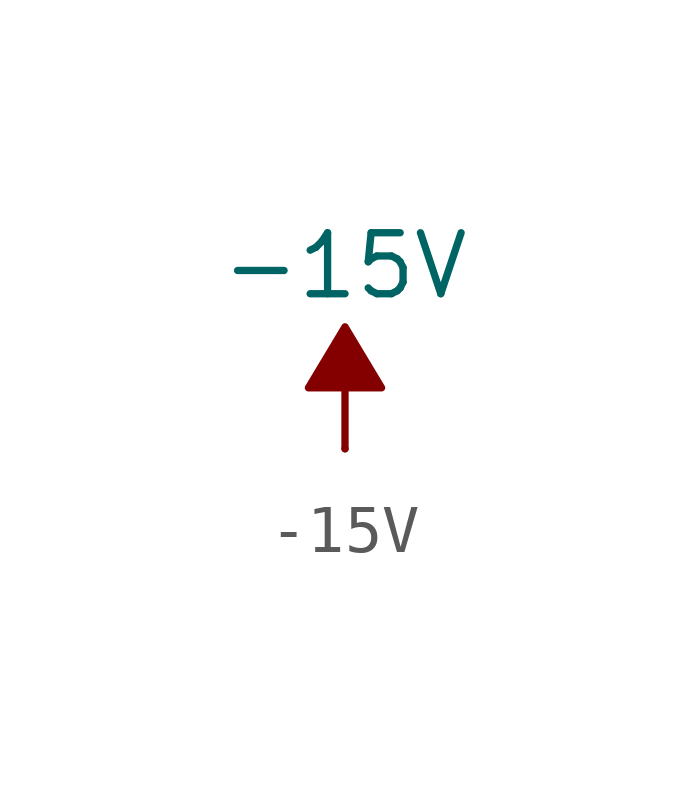
<source format=kicad_sym>
(kicad_symbol_lib
  (version 20231120)
  (generator "kicad_symbol_editor")
  (generator_version "8.0")
  (symbol "-15V"
    (power)
    (pin_numbers hide)
    (pin_names
      (offset 0) hide)
    (property "Reference" "#PWR"
      (at 0 2.54 0)
      (effects (font (size 1.27 1.27)) (hide yes)))
    (property "Value" "-15V"
      (at 0 3.81 0)
      (effects (font (size 1.27 1.27))))
    (symbol "-15V_0_0"
      (pin power_in line (at 0 0 90) (length 0) (name "~" (effects (font (size 1.27 1.27)))) (number "1" (effects (font (size 1.27 1.27))))))
    (symbol "-15V_0_1"
      (polyline (pts (xy 0 0) (xy 0 1.27) (xy 0.762 1.27) (xy 0 2.54) (xy -0.762 1.27) (xy 0 1.27)) (stroke (width 0) (type default)) (fill (type outline))))))
</source>
